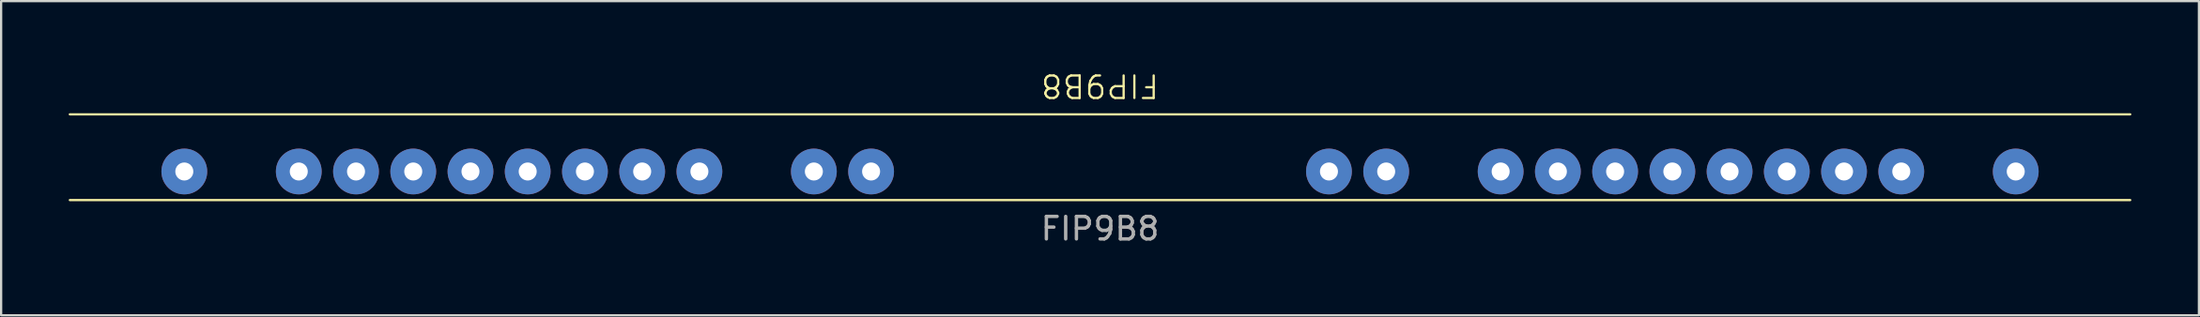
<source format=kicad_pcb>
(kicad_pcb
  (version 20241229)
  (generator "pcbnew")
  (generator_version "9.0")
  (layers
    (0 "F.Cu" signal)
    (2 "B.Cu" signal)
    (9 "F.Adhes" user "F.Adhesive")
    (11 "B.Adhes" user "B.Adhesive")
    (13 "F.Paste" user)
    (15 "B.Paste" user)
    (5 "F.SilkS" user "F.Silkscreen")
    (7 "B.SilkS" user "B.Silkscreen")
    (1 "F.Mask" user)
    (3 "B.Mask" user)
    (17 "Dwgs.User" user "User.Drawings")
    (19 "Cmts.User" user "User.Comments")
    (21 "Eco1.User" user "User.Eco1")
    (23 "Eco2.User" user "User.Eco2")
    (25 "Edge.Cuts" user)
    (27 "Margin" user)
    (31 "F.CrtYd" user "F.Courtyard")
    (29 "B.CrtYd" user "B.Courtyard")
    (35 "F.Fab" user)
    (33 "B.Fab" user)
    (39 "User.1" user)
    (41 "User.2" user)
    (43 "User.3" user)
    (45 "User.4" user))
  (footprint "FIP9B8"
    (layer "F.Cu")
    (at 45.77 2.03)
    (property "Reference" "FIP9B8" (at 0 -1.27 180) (unlocked yes) (layer "F.SilkS") (effects (font (size 1 1) (thickness 0.1))))
    (attr through_hole)
    (fp_line (start -45.72 3.81) (end 45.72 3.81) (stroke (width 0.1) (type default)) (layer "F.SilkS"))
    (fp_line (start 45.72 0) (end -45.72 0) (stroke (width 0.1) (type default)) (layer "F.SilkS"))
    (fp_text user "${REFERENCE}" (at 0 5.08 0) (unlocked yes) (layer "F.Fab") (effects (font (size 1 1) (thickness 0.15))))
    (pad "1" thru_hole circle (at -40.64 2.54) (size 2.032 2.032) (drill 0.8) (layers "*.Cu" "*.Mask"))
    (pad "2" thru_hole circle (at -35.56 2.54) (size 2.032 2.032) (drill 0.8) (layers "*.Cu" "*.Mask"))
    (pad "3" thru_hole circle (at -33.02 2.54) (size 2.032 2.032) (drill 0.8) (layers "*.Cu" "*.Mask"))
    (pad "4" thru_hole circle (at -30.48 2.54) (size 2.032 2.032) (drill 0.8) (layers "*.Cu" "*.Mask"))
    (pad "5" thru_hole circle (at -27.94 2.54) (size 2.032 2.032) (drill 0.8) (layers "*.Cu" "*.Mask"))
    (pad "6" thru_hole circle (at -25.4 2.54) (size 2.032 2.032) (drill 0.8) (layers "*.Cu" "*.Mask"))
    (pad "7" thru_hole circle (at -22.86 2.54) (size 2.032 2.032) (drill 0.8) (layers "*.Cu" "*.Mask"))
    (pad "8" thru_hole circle (at -20.32 2.54) (size 2.032 2.032) (drill 0.8) (layers "*.Cu" "*.Mask"))
    (pad "9" thru_hole circle (at -17.78 2.54) (size 2.032 2.032) (drill 0.8) (layers "*.Cu" "*.Mask"))
    (pad "10" thru_hole circle (at -12.7 2.54) (size 2.032 2.032) (drill 0.8) (layers "*.Cu" "*.Mask"))
    (pad "11" thru_hole circle (at -10.16 2.54) (size 2.032 2.032) (drill 0.8) (layers "*.Cu" "*.Mask"))
    (pad "12" thru_hole circle (at 10.16 2.54) (size 2.032 2.032) (drill 0.8) (layers "*.Cu" "*.Mask"))
    (pad "13" thru_hole circle (at 12.7 2.54) (size 2.032 2.032) (drill 0.8) (layers "*.Cu" "*.Mask"))
    (pad "14" thru_hole circle (at 17.78 2.54) (size 2.032 2.032) (drill 0.8) (layers "*.Cu" "*.Mask"))
    (pad "15" thru_hole circle (at 20.32 2.54) (size 2.032 2.032) (drill 0.8) (layers "*.Cu" "*.Mask"))
    (pad "16" thru_hole circle (at 22.86 2.54) (size 2.032 2.032) (drill 0.8) (layers "*.Cu" "*.Mask"))
    (pad "17" thru_hole circle (at 25.4 2.54 90) (size 2.032 2.032) (drill 0.8) (layers "*.Cu" "*.Mask"))
    (pad "18" thru_hole circle (at 27.94 2.54) (size 2.032 2.032) (drill 0.8) (layers "*.Cu" "*.Mask"))
    (pad "19" thru_hole circle (at 30.48 2.54) (size 2.032 2.032) (drill 0.8) (layers "*.Cu" "*.Mask"))
    (pad "20" thru_hole circle (at 33.02 2.54) (size 2.032 2.032) (drill 0.8) (layers "*.Cu" "*.Mask"))
    (pad "21" thru_hole circle (at 35.56 2.54) (size 2.032 2.032) (drill 0.8) (layers "*.Cu" "*.Mask"))
    (pad "22" thru_hole circle (at 40.64 2.54) (size 2.032 2.032) (drill 0.8) (layers "*.Cu" "*.Mask")))
  (gr_rect
    (start -3 -3)
    (end 94.54 10.959)
    (stroke (width 0.1) (type default))
    (fill no)
    (layer "Edge.Cuts")))
</source>
